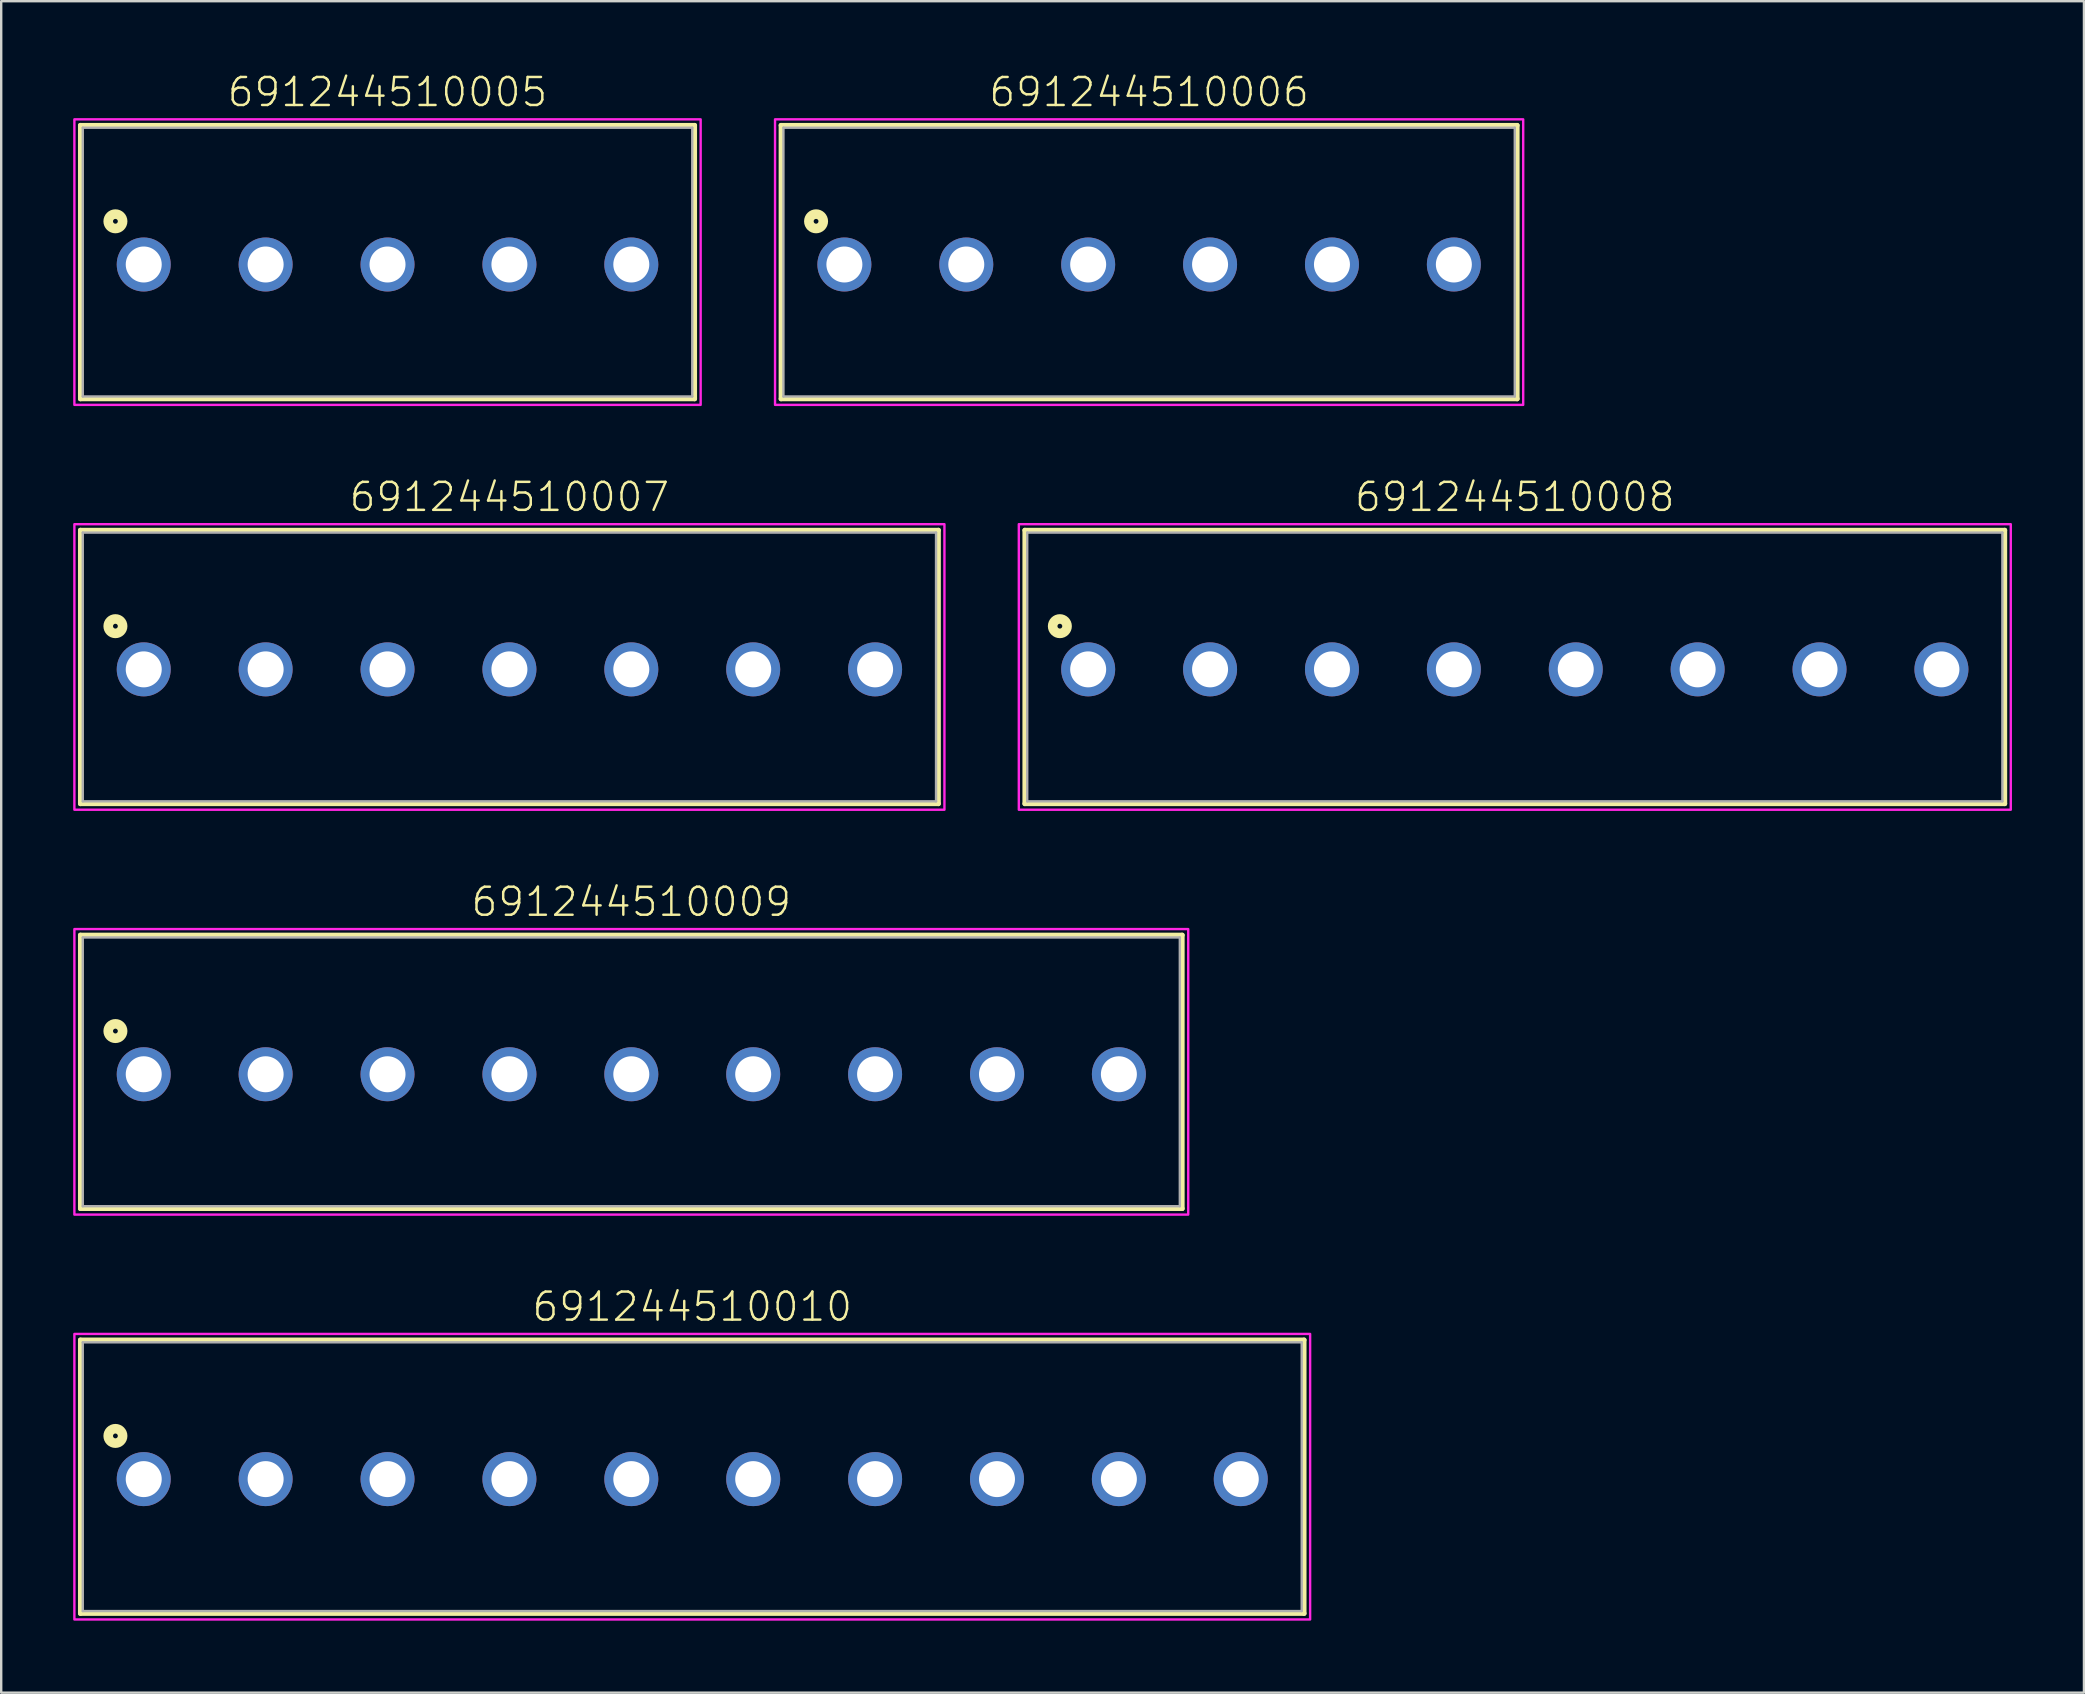
<source format=kicad_pcb>
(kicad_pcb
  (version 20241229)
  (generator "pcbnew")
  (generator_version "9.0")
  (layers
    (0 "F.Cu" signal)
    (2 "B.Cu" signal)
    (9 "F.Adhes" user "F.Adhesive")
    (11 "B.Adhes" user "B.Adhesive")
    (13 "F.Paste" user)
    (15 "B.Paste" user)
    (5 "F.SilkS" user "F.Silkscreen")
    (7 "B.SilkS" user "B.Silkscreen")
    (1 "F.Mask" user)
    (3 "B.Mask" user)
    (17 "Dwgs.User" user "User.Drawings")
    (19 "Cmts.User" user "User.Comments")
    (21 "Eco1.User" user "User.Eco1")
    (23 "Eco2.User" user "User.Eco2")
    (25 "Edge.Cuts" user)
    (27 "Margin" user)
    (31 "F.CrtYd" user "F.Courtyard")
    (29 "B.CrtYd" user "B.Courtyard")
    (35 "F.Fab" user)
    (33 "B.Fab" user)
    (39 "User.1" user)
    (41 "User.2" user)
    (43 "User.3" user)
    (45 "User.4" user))
  (footprint "691244510007"
    (layer "F.Cu")
    (at 18.18 24.846)
    (property "Reference" "691244510007" (at 0 -6.5 0) (unlocked yes) (layer "F.SilkS") (effects (font (size 1.168 1.168) (thickness 0.102)) (justify bottom)))
    (fp_line (start -17.88 -5.8) (end 17.88 -5.8) (stroke (width 0.2) (type solid)) (layer "F.SilkS"))
    (fp_line (start -17.88 5.6) (end -17.88 -5.8) (stroke (width 0.2) (type solid)) (layer "F.SilkS"))
    (fp_line (start 17.88 -5.8) (end 17.88 5.6) (stroke (width 0.2) (type solid)) (layer "F.SilkS"))
    (fp_line (start 17.88 5.6) (end -17.88 5.6) (stroke (width 0.2) (type solid)) (layer "F.SilkS"))
    (fp_circle (center -16.42 -1.8) (end -16.32 -1.8) (stroke (width 0.4) (type solid)) (fill no) (layer "F.SilkS"))
    (fp_poly (pts (xy 18.13 5.85) (xy -18.13 5.85) (xy -18.13 -6.05) (xy 18.13 -6.05)) (stroke (width 0.1) (type default)) (fill no) (layer "F.CrtYd"))
    (fp_line (start -17.78 -5.7) (end -17.78 5.5) (stroke (width 0.1) (type solid)) (layer "F.Fab"))
    (fp_line (start -17.78 -5.7) (end 17.78 -5.7) (stroke (width 0.1) (type solid)) (layer "F.Fab"))
    (fp_line (start -17.78 5.5) (end 17.78 5.5) (stroke (width 0.1) (type solid)) (layer "F.Fab"))
    (fp_line (start 17.78 -5.7) (end 17.78 5.5) (stroke (width 0.1) (type solid)) (layer "F.Fab"))
    (pad "1" thru_hole circle (at -15.24 0) (size 2.25 2.25) (drill 1.5) (layers "*.Cu" "*.Mask"))
    (pad "2" thru_hole circle (at -10.16 0) (size 2.25 2.25) (drill 1.5) (layers "*.Cu" "*.Mask"))
    (pad "3" thru_hole circle (at -5.08 0) (size 2.25 2.25) (drill 1.5) (layers "*.Cu" "*.Mask"))
    (pad "4" thru_hole circle (at 0 0) (size 2.25 2.25) (drill 1.5) (layers "*.Cu" "*.Mask"))
    (pad "5" thru_hole circle (at 5.08 0) (size 2.25 2.25) (drill 1.5) (layers "*.Cu" "*.Mask"))
    (pad "6" thru_hole circle (at 10.16 0) (size 2.25 2.25) (drill 1.5) (layers "*.Cu" "*.Mask"))
    (pad "7" thru_hole circle (at 15.24 0) (size 2.25 2.25) (drill 1.5) (layers "*.Cu" "*.Mask")))
  (footprint "691244510006"
    (layer "F.Cu")
    (at 44.84 7.973)
    (property "Reference" "691244510006" (at 0 -6.5 0) (unlocked yes) (layer "F.SilkS") (effects (font (size 1.168 1.168) (thickness 0.102)) (justify bottom)))
    (fp_line (start -15.34 -5.8) (end 15.34 -5.8) (stroke (width 0.2) (type solid)) (layer "F.SilkS"))
    (fp_line (start -15.34 5.6) (end -15.34 -5.8) (stroke (width 0.2) (type solid)) (layer "F.SilkS"))
    (fp_line (start 15.34 -5.8) (end 15.34 5.6) (stroke (width 0.2) (type solid)) (layer "F.SilkS"))
    (fp_line (start 15.34 5.6) (end -15.34 5.6) (stroke (width 0.2) (type solid)) (layer "F.SilkS"))
    (fp_circle (center -13.88 -1.8) (end -13.78 -1.8) (stroke (width 0.4) (type solid)) (fill no) (layer "F.SilkS"))
    (fp_poly (pts (xy 15.59 5.85) (xy -15.59 5.85) (xy -15.59 -6.05) (xy 15.59 -6.05)) (stroke (width 0.1) (type default)) (fill no) (layer "F.CrtYd"))
    (fp_line (start -15.24 -5.7) (end -15.24 5.5) (stroke (width 0.1) (type solid)) (layer "F.Fab"))
    (fp_line (start -15.24 -5.7) (end 15.24 -5.7) (stroke (width 0.1) (type solid)) (layer "F.Fab"))
    (fp_line (start -15.24 5.5) (end 15.24 5.5) (stroke (width 0.1) (type solid)) (layer "F.Fab"))
    (fp_line (start 15.24 -5.7) (end 15.24 5.5) (stroke (width 0.1) (type solid)) (layer "F.Fab"))
    (pad "1" thru_hole circle (at -12.7 0) (size 2.25 2.25) (drill 1.5) (layers "*.Cu" "*.Mask"))
    (pad "2" thru_hole circle (at -7.62 0) (size 2.25 2.25) (drill 1.5) (layers "*.Cu" "*.Mask"))
    (pad "3" thru_hole circle (at -2.54 0) (size 2.25 2.25) (drill 1.5) (layers "*.Cu" "*.Mask"))
    (pad "4" thru_hole circle (at 2.54 0) (size 2.25 2.25) (drill 1.5) (layers "*.Cu" "*.Mask"))
    (pad "5" thru_hole circle (at 7.62 0) (size 2.25 2.25) (drill 1.5) (layers "*.Cu" "*.Mask"))
    (pad "6" thru_hole circle (at 12.7 0) (size 2.25 2.25) (drill 1.5) (layers "*.Cu" "*.Mask")))
  (footprint "691244510009"
    (layer "F.Cu")
    (at 23.26 41.72)
    (property "Reference" "691244510009" (at 0 -6.5 0) (unlocked yes) (layer "F.SilkS") (effects (font (size 1.168 1.168) (thickness 0.102)) (justify bottom)))
    (fp_line (start -22.96 -5.8) (end 22.96 -5.8) (stroke (width 0.2) (type solid)) (layer "F.SilkS"))
    (fp_line (start -22.96 5.6) (end -22.96 -5.8) (stroke (width 0.2) (type solid)) (layer "F.SilkS"))
    (fp_line (start 22.96 -5.8) (end 22.96 5.6) (stroke (width 0.2) (type solid)) (layer "F.SilkS"))
    (fp_line (start 22.96 5.6) (end -22.96 5.6) (stroke (width 0.2) (type solid)) (layer "F.SilkS"))
    (fp_circle (center -21.5 -1.8) (end -21.4 -1.8) (stroke (width 0.4) (type solid)) (fill no) (layer "F.SilkS"))
    (fp_poly (pts (xy 23.21 5.85) (xy -23.21 5.85) (xy -23.21 -6.05) (xy 23.21 -6.05)) (stroke (width 0.1) (type default)) (fill no) (layer "F.CrtYd"))
    (fp_line (start -22.86 -5.7) (end -22.86 5.5) (stroke (width 0.1) (type solid)) (layer "F.Fab"))
    (fp_line (start -22.86 -5.7) (end 22.86 -5.7) (stroke (width 0.1) (type solid)) (layer "F.Fab"))
    (fp_line (start -22.86 5.5) (end 22.86 5.5) (stroke (width 0.1) (type solid)) (layer "F.Fab"))
    (fp_line (start 22.86 -5.7) (end 22.86 5.5) (stroke (width 0.1) (type solid)) (layer "F.Fab"))
    (pad "1" thru_hole circle (at -20.32 0) (size 2.25 2.25) (drill 1.5) (layers "*.Cu" "*.Mask"))
    (pad "2" thru_hole circle (at -15.24 0) (size 2.25 2.25) (drill 1.5) (layers "*.Cu" "*.Mask"))
    (pad "3" thru_hole circle (at -10.16 0) (size 2.25 2.25) (drill 1.5) (layers "*.Cu" "*.Mask"))
    (pad "4" thru_hole circle (at -5.08 0) (size 2.25 2.25) (drill 1.5) (layers "*.Cu" "*.Mask"))
    (pad "5" thru_hole circle (at 0 0) (size 2.25 2.25) (drill 1.5) (layers "*.Cu" "*.Mask"))
    (pad "6" thru_hole circle (at 5.08 0) (size 2.25 2.25) (drill 1.5) (layers "*.Cu" "*.Mask"))
    (pad "7" thru_hole circle (at 10.16 0) (size 2.25 2.25) (drill 1.5) (layers "*.Cu" "*.Mask"))
    (pad "8" thru_hole circle (at 15.24 0) (size 2.25 2.25) (drill 1.5) (layers "*.Cu" "*.Mask"))
    (pad "9" thru_hole circle (at 20.32 0) (size 2.25 2.25) (drill 1.5) (layers "*.Cu" "*.Mask")))
  (footprint "691244510005"
    (layer "F.Cu")
    (at 13.1 7.973)
    (property "Reference" "691244510005" (at 0 -6.5 0) (unlocked yes) (layer "F.SilkS") (effects (font (size 1.168 1.168) (thickness 0.102)) (justify bottom)))
    (fp_line (start -12.8 -5.8) (end 12.8 -5.8) (stroke (width 0.2) (type solid)) (layer "F.SilkS"))
    (fp_line (start -12.8 5.6) (end -12.8 -5.8) (stroke (width 0.2) (type solid)) (layer "F.SilkS"))
    (fp_line (start 12.8 -5.8) (end 12.8 5.6) (stroke (width 0.2) (type solid)) (layer "F.SilkS"))
    (fp_line (start 12.8 5.6) (end -12.8 5.6) (stroke (width 0.2) (type solid)) (layer "F.SilkS"))
    (fp_circle (center -11.34 -1.8) (end -11.24 -1.8) (stroke (width 0.4) (type solid)) (fill no) (layer "F.SilkS"))
    (fp_poly (pts (xy 13.05 5.85) (xy -13.05 5.85) (xy -13.05 -6.05) (xy 13.05 -6.05)) (stroke (width 0.1) (type default)) (fill no) (layer "F.CrtYd"))
    (fp_line (start -12.7 -5.7) (end -12.7 5.5) (stroke (width 0.1) (type solid)) (layer "F.Fab"))
    (fp_line (start -12.7 -5.7) (end 12.7 -5.7) (stroke (width 0.1) (type solid)) (layer "F.Fab"))
    (fp_line (start -12.7 5.5) (end 12.7 5.5) (stroke (width 0.1) (type solid)) (layer "F.Fab"))
    (fp_line (start 12.7 -5.7) (end 12.7 5.5) (stroke (width 0.1) (type solid)) (layer "F.Fab"))
    (pad "1" thru_hole circle (at -10.16 0) (size 2.25 2.25) (drill 1.5) (layers "*.Cu" "*.Mask"))
    (pad "2" thru_hole circle (at -5.08 0) (size 2.25 2.25) (drill 1.5) (layers "*.Cu" "*.Mask"))
    (pad "3" thru_hole circle (at 0 0) (size 2.25 2.25) (drill 1.5) (layers "*.Cu" "*.Mask"))
    (pad "4" thru_hole circle (at 5.08 0) (size 2.25 2.25) (drill 1.5) (layers "*.Cu" "*.Mask"))
    (pad "5" thru_hole circle (at 10.16 0) (size 2.25 2.25) (drill 1.5) (layers "*.Cu" "*.Mask")))
  (footprint "691244510010"
    (layer "F.Cu")
    (at 25.8 58.593)
    (property "Reference" "691244510010" (at 0 -6.5 0) (unlocked yes) (layer "F.SilkS") (effects (font (size 1.168 1.168) (thickness 0.102)) (justify bottom)))
    (fp_line (start -25.5 -5.8) (end 25.5 -5.8) (stroke (width 0.2) (type solid)) (layer "F.SilkS"))
    (fp_line (start -25.5 5.6) (end -25.5 -5.8) (stroke (width 0.2) (type solid)) (layer "F.SilkS"))
    (fp_line (start 25.5 -5.8) (end 25.5 5.6) (stroke (width 0.2) (type solid)) (layer "F.SilkS"))
    (fp_line (start 25.5 5.6) (end -25.5 5.6) (stroke (width 0.2) (type solid)) (layer "F.SilkS"))
    (fp_circle (center -24.04 -1.8) (end -23.94 -1.8) (stroke (width 0.4) (type solid)) (fill no) (layer "F.SilkS"))
    (fp_poly (pts (xy 25.75 5.85) (xy -25.75 5.85) (xy -25.75 -6.05) (xy 25.75 -6.05)) (stroke (width 0.1) (type default)) (fill no) (layer "F.CrtYd"))
    (fp_line (start -25.4 -5.7) (end -25.4 5.5) (stroke (width 0.1) (type solid)) (layer "F.Fab"))
    (fp_line (start -25.4 -5.7) (end 25.4 -5.7) (stroke (width 0.1) (type solid)) (layer "F.Fab"))
    (fp_line (start -25.4 5.5) (end 25.4 5.5) (stroke (width 0.1) (type solid)) (layer "F.Fab"))
    (fp_line (start 25.4 -5.7) (end 25.4 5.5) (stroke (width 0.1) (type solid)) (layer "F.Fab"))
    (pad "1" thru_hole circle (at -22.86 0) (size 2.25 2.25) (drill 1.5) (layers "*.Cu" "*.Mask"))
    (pad "2" thru_hole circle (at -17.78 0) (size 2.25 2.25) (drill 1.5) (layers "*.Cu" "*.Mask"))
    (pad "3" thru_hole circle (at -12.7 0) (size 2.25 2.25) (drill 1.5) (layers "*.Cu" "*.Mask"))
    (pad "4" thru_hole circle (at -7.62 0) (size 2.25 2.25) (drill 1.5) (layers "*.Cu" "*.Mask"))
    (pad "5" thru_hole circle (at -2.54 0) (size 2.25 2.25) (drill 1.5) (layers "*.Cu" "*.Mask"))
    (pad "6" thru_hole circle (at 2.54 0) (size 2.25 2.25) (drill 1.5) (layers "*.Cu" "*.Mask"))
    (pad "7" thru_hole circle (at 7.62 0) (size 2.25 2.25) (drill 1.5) (layers "*.Cu" "*.Mask"))
    (pad "8" thru_hole circle (at 12.7 0) (size 2.25 2.25) (drill 1.5) (layers "*.Cu" "*.Mask"))
    (pad "9" thru_hole circle (at 17.78 0) (size 2.25 2.25) (drill 1.5) (layers "*.Cu" "*.Mask"))
    (pad "10" thru_hole circle (at 22.86 0) (size 2.25 2.25) (drill 1.5) (layers "*.Cu" "*.Mask")))
  (footprint "691244510008"
    (layer "F.Cu")
    (at 60.08 24.846)
    (property "Reference" "691244510008" (at 0 -6.5 0) (unlocked yes) (layer "F.SilkS") (effects (font (size 1.168 1.168) (thickness 0.102)) (justify bottom)))
    (fp_line (start -20.42 -5.8) (end 20.42 -5.8) (stroke (width 0.2) (type solid)) (layer "F.SilkS"))
    (fp_line (start -20.42 5.6) (end -20.42 -5.8) (stroke (width 0.2) (type solid)) (layer "F.SilkS"))
    (fp_line (start 20.42 -5.8) (end 20.42 5.6) (stroke (width 0.2) (type solid)) (layer "F.SilkS"))
    (fp_line (start 20.42 5.6) (end -20.42 5.6) (stroke (width 0.2) (type solid)) (layer "F.SilkS"))
    (fp_circle (center -18.96 -1.8) (end -18.86 -1.8) (stroke (width 0.4) (type solid)) (fill no) (layer "F.SilkS"))
    (fp_poly (pts (xy 20.67 5.85) (xy -20.67 5.85) (xy -20.67 -6.05) (xy 20.67 -6.05)) (stroke (width 0.1) (type default)) (fill no) (layer "F.CrtYd"))
    (fp_line (start -20.32 -5.7) (end -20.32 5.5) (stroke (width 0.1) (type solid)) (layer "F.Fab"))
    (fp_line (start -20.32 -5.7) (end 20.32 -5.7) (stroke (width 0.1) (type solid)) (layer "F.Fab"))
    (fp_line (start -20.32 5.5) (end 20.32 5.5) (stroke (width 0.1) (type solid)) (layer "F.Fab"))
    (fp_line (start 20.32 -5.7) (end 20.32 5.5) (stroke (width 0.1) (type solid)) (layer "F.Fab"))
    (pad "1" thru_hole circle (at -17.78 0) (size 2.25 2.25) (drill 1.5) (layers "*.Cu" "*.Mask"))
    (pad "2" thru_hole circle (at -12.7 0) (size 2.25 2.25) (drill 1.5) (layers "*.Cu" "*.Mask"))
    (pad "3" thru_hole circle (at -7.62 0) (size 2.25 2.25) (drill 1.5) (layers "*.Cu" "*.Mask"))
    (pad "4" thru_hole circle (at -2.54 0) (size 2.25 2.25) (drill 1.5) (layers "*.Cu" "*.Mask"))
    (pad "5" thru_hole circle (at 2.54 0) (size 2.25 2.25) (drill 1.5) (layers "*.Cu" "*.Mask"))
    (pad "6" thru_hole circle (at 7.62 0) (size 2.25 2.25) (drill 1.5) (layers "*.Cu" "*.Mask"))
    (pad "7" thru_hole circle (at 12.7 0) (size 2.25 2.25) (drill 1.5) (layers "*.Cu" "*.Mask"))
    (pad "8" thru_hole circle (at 17.78 0) (size 2.25 2.25) (drill 1.5) (layers "*.Cu" "*.Mask")))
  (gr_rect
    (start -3 -3)
    (end 83.8 67.493)
    (stroke (width 0.1) (type default))
    (fill no)
    (layer "Edge.Cuts")))
</source>
